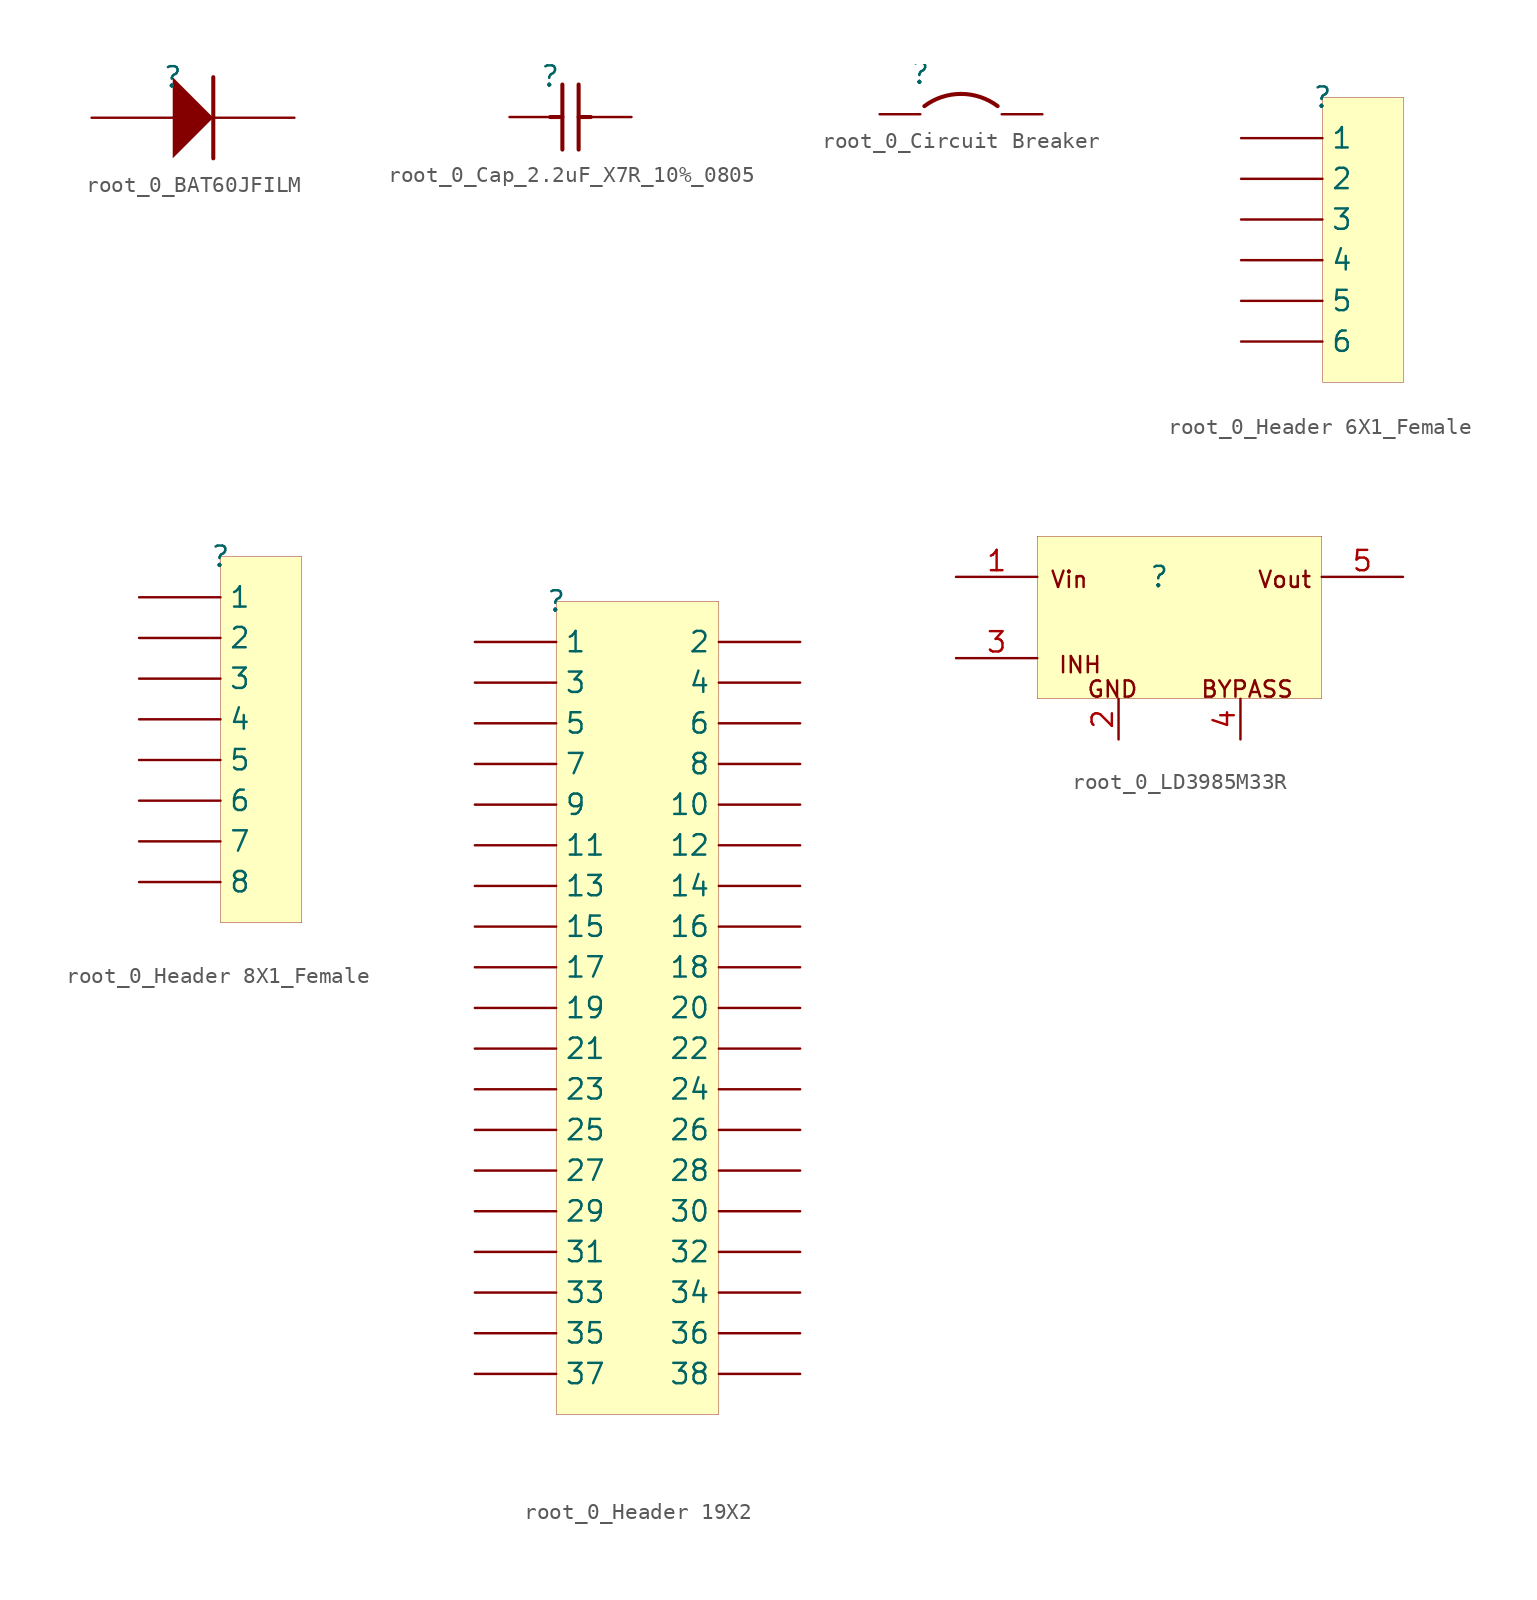
<source format=kicad_sym>
(kicad_symbol_lib
  (version 20231120)
  (generator "kicad_symbol_editor")
  (generator_version "8.0")
  (symbol "root_0_BAT60JFILM"
    (property "Reference" ""
      (at 0 0 0)
      (effects (font (size 1.27 1.27))))
    (property "Value" ""
      (at 0 0 0)
      (effects (font (size 1.27 1.27))))
    (symbol "root_0_BAT60JFILM_1_0"
      (polyline (pts (xy 2.54 0) (xy 2.54 -5.08)) (stroke (width 0.254) (type solid)) (fill (type none)))
      (polyline (pts (xy 0 -5.08) (xy 2.54 -2.54) (xy 0 0) (xy 0 -5.08)) (stroke (width -0.0001) (type solid)) (fill (type outline)))
      (pin passive line (at -5.08 -2.54 0) (length 5.08) (name "A" (effects (font (size 0 0)))) (number "1" (effects (font (size 0 0)))))
      (pin passive line (at 7.62 -2.54 180) (length 5.08) (name "K" (effects (font (size 0 0)))) (number "2" (effects (font (size 0 0)))))))
  (symbol "root_0_Cap_2.2uF_X7R_10%_0805"
    (property "Reference" ""
      (at 0 0 0)
      (effects (font (size 1.27 1.27))))
    (property "Value" ""
      (at 0 0 0)
      (effects (font (size 1.27 1.27))))
    (symbol "root_0_Cap_2.2uF_X7R_10%_0805_1_0"
      (polyline (pts (xy 0 -2.54) (xy 0.762 -2.54)) (stroke (width 0.254) (type solid)) (fill (type none)))
      (polyline (pts (xy 0.762 -4.572) (xy 0.762 -0.508)) (stroke (width 0.254) (type solid)) (fill (type none)))
      (polyline (pts (xy 1.778 -0.508) (xy 1.778 -4.572)) (stroke (width 0.254) (type solid)) (fill (type none)))
      (polyline (pts (xy 2.54 -2.54) (xy 1.778 -2.54)) (stroke (width 0.254) (type solid)) (fill (type none)))
      (pin passive line (at -2.54 -2.54 0) (length 2.54) (name "1" (effects (font (size 0 0)))) (number "1" (effects (font (size 0 0)))))
      (pin passive line (at 5.08 -2.54 180) (length 2.54) (name "2" (effects (font (size 0 0)))) (number "2" (effects (font (size 0 0)))))))
  (symbol "root_0_Circuit Breaker"
    (property "Reference" ""
      (at 0 0 0)
      (effects (font (size 1.27 1.27))))
    (property "Value" ""
      (at 0 0 0)
      (effects (font (size 1.27 1.27))))
    (symbol "root_0_Circuit Breaker_1_0"
      (arc (start 2.54 -1.27) (mid 1.3352 -1.4655) (end 0.254 -2.032) (stroke (width 0.254) (type solid)) (fill (type none)))
      (arc (start 4.826 -2.032) (mid 3.7448 -1.4655) (end 2.54 -1.27) (stroke (width 0.254) (type solid)) (fill (type none)))
      (pin passive line (at -2.54 -2.54 0) (length 2.54) (name "1" (effects (font (size 0 0)))) (number "1" (effects (font (size 0 0)))))
      (pin passive line (at 7.62 -2.54 180) (length 2.54) (name "2" (effects (font (size 0 0)))) (number "2" (effects (font (size 0 0)))))))
  (symbol "root_0_Header 6X1_Female"
    (property "Reference" ""
      (at 0 0 0)
      (effects (font (size 1.27 1.27))))
    (property "Value" ""
      (at 0 0 0)
      (effects (font (size 1.27 1.27))))
    (symbol "root_0_Header 6X1_Female_1_0"
      (rectangle (start 5.08 0) (end 0 -17.78) (stroke (width 0.025) (type solid) (color 128 0 0 1)) (fill (type background)))
      (pin passive line (at -5.08 -2.54 0) (length 5.08) (name "1" (effects (font (size 1.27 1.27)))) (number "1" (effects (font (size 0 0)))))
      (pin passive line (at -5.08 -5.08 0) (length 5.08) (name "2" (effects (font (size 1.27 1.27)))) (number "2" (effects (font (size 0 0)))))
      (pin passive line (at -5.08 -7.62 0) (length 5.08) (name "3" (effects (font (size 1.27 1.27)))) (number "3" (effects (font (size 0 0)))))
      (pin passive line (at -5.08 -10.16 0) (length 5.08) (name "4" (effects (font (size 1.27 1.27)))) (number "4" (effects (font (size 0 0)))))
      (pin passive line (at -5.08 -12.7 0) (length 5.08) (name "5" (effects (font (size 1.27 1.27)))) (number "5" (effects (font (size 0 0)))))
      (pin passive line (at -5.08 -15.24 0) (length 5.08) (name "6" (effects (font (size 1.27 1.27)))) (number "6" (effects (font (size 0 0)))))))
  (symbol "root_0_Header 8X1_Female"
    (property "Reference" ""
      (at 0 0 0)
      (effects (font (size 1.27 1.27))))
    (property "Value" ""
      (at 0 0 0)
      (effects (font (size 1.27 1.27))))
    (symbol "root_0_Header 8X1_Female_1_0"
      (rectangle (start 5.08 0) (end 0 -22.86) (stroke (width 0.025) (type solid) (color 128 0 0 1)) (fill (type background)))
      (pin passive line (at -5.08 -2.54 0) (length 5.08) (name "1" (effects (font (size 1.27 1.27)))) (number "1" (effects (font (size 0 0)))))
      (pin passive line (at -5.08 -5.08 0) (length 5.08) (name "2" (effects (font (size 1.27 1.27)))) (number "2" (effects (font (size 0 0)))))
      (pin passive line (at -5.08 -7.62 0) (length 5.08) (name "3" (effects (font (size 1.27 1.27)))) (number "3" (effects (font (size 0 0)))))
      (pin passive line (at -5.08 -10.16 0) (length 5.08) (name "4" (effects (font (size 1.27 1.27)))) (number "4" (effects (font (size 0 0)))))
      (pin passive line (at -5.08 -12.7 0) (length 5.08) (name "5" (effects (font (size 1.27 1.27)))) (number "5" (effects (font (size 0 0)))))
      (pin passive line (at -5.08 -15.24 0) (length 5.08) (name "6" (effects (font (size 1.27 1.27)))) (number "6" (effects (font (size 0 0)))))
      (pin passive line (at -5.08 -17.78 0) (length 5.08) (name "7" (effects (font (size 1.27 1.27)))) (number "7" (effects (font (size 0 0)))))
      (pin passive line (at -5.08 -20.32 0) (length 5.08) (name "8" (effects (font (size 1.27 1.27)))) (number "8" (effects (font (size 0 0)))))))
  (symbol "root_0_Header 19X2"
    (property "Reference" ""
      (at 0 0 0)
      (effects (font (size 1.27 1.27))))
    (property "Value" ""
      (at 0 0 0)
      (effects (font (size 1.27 1.27))))
    (symbol "root_0_Header 19X2_1_0"
      (rectangle (start 10.16 0) (end 0 -50.8) (stroke (width 0.025) (type solid) (color 128 0 0 1)) (fill (type background)))
      (pin passive line (at -5.08 -2.54 0) (length 5.08) (name "1" (effects (font (size 1.27 1.27)))) (number "1" (effects (font (size 0 0)))))
      (pin passive line (at 15.24 -12.7 180) (length 5.08) (name "10" (effects (font (size 1.27 1.27)))) (number "10" (effects (font (size 0 0)))))
      (pin passive line (at -5.08 -15.24 0) (length 5.08) (name "11" (effects (font (size 1.27 1.27)))) (number "11" (effects (font (size 0 0)))))
      (pin passive line (at 15.24 -15.24 180) (length 5.08) (name "12" (effects (font (size 1.27 1.27)))) (number "12" (effects (font (size 0 0)))))
      (pin passive line (at -5.08 -17.78 0) (length 5.08) (name "13" (effects (font (size 1.27 1.27)))) (number "13" (effects (font (size 0 0)))))
      (pin passive line (at 15.24 -17.78 180) (length 5.08) (name "14" (effects (font (size 1.27 1.27)))) (number "14" (effects (font (size 0 0)))))
      (pin passive line (at -5.08 -20.32 0) (length 5.08) (name "15" (effects (font (size 1.27 1.27)))) (number "15" (effects (font (size 0 0)))))
      (pin passive line (at 15.24 -20.32 180) (length 5.08) (name "16" (effects (font (size 1.27 1.27)))) (number "16" (effects (font (size 0 0)))))
      (pin passive line (at -5.08 -22.86 0) (length 5.08) (name "17" (effects (font (size 1.27 1.27)))) (number "17" (effects (font (size 0 0)))))
      (pin passive line (at 15.24 -22.86 180) (length 5.08) (name "18" (effects (font (size 1.27 1.27)))) (number "18" (effects (font (size 0 0)))))
      (pin passive line (at -5.08 -25.4 0) (length 5.08) (name "19" (effects (font (size 1.27 1.27)))) (number "19" (effects (font (size 0 0)))))
      (pin passive line (at 15.24 -2.54 180) (length 5.08) (name "2" (effects (font (size 1.27 1.27)))) (number "2" (effects (font (size 0 0)))))
      (pin passive line (at 15.24 -25.4 180) (length 5.08) (name "20" (effects (font (size 1.27 1.27)))) (number "20" (effects (font (size 0 0)))))
      (pin passive line (at -5.08 -27.94 0) (length 5.08) (name "21" (effects (font (size 1.27 1.27)))) (number "21" (effects (font (size 0 0)))))
      (pin passive line (at 15.24 -27.94 180) (length 5.08) (name "22" (effects (font (size 1.27 1.27)))) (number "22" (effects (font (size 0 0)))))
      (pin passive line (at -5.08 -30.48 0) (length 5.08) (name "23" (effects (font (size 1.27 1.27)))) (number "23" (effects (font (size 0 0)))))
      (pin passive line (at 15.24 -30.48 180) (length 5.08) (name "24" (effects (font (size 1.27 1.27)))) (number "24" (effects (font (size 0 0)))))
      (pin passive line (at -5.08 -33.02 0) (length 5.08) (name "25" (effects (font (size 1.27 1.27)))) (number "25" (effects (font (size 0 0)))))
      (pin passive line (at 15.24 -33.02 180) (length 5.08) (name "26" (effects (font (size 1.27 1.27)))) (number "26" (effects (font (size 0 0)))))
      (pin passive line (at -5.08 -35.56 0) (length 5.08) (name "27" (effects (font (size 1.27 1.27)))) (number "27" (effects (font (size 0 0)))))
      (pin passive line (at 15.24 -35.56 180) (length 5.08) (name "28" (effects (font (size 1.27 1.27)))) (number "28" (effects (font (size 0 0)))))
      (pin passive line (at -5.08 -38.1 0) (length 5.08) (name "29" (effects (font (size 1.27 1.27)))) (number "29" (effects (font (size 0 0)))))
      (pin passive line (at -5.08 -5.08 0) (length 5.08) (name "3" (effects (font (size 1.27 1.27)))) (number "3" (effects (font (size 0 0)))))
      (pin passive line (at 15.24 -38.1 180) (length 5.08) (name "30" (effects (font (size 1.27 1.27)))) (number "30" (effects (font (size 0 0)))))
      (pin passive line (at -5.08 -40.64 0) (length 5.08) (name "31" (effects (font (size 1.27 1.27)))) (number "31" (effects (font (size 0 0)))))
      (pin passive line (at 15.24 -40.64 180) (length 5.08) (name "32" (effects (font (size 1.27 1.27)))) (number "32" (effects (font (size 0 0)))))
      (pin passive line (at -5.08 -43.18 0) (length 5.08) (name "33" (effects (font (size 1.27 1.27)))) (number "33" (effects (font (size 0 0)))))
      (pin passive line (at 15.24 -43.18 180) (length 5.08) (name "34" (effects (font (size 1.27 1.27)))) (number "34" (effects (font (size 0 0)))))
      (pin passive line (at -5.08 -45.72 0) (length 5.08) (name "35" (effects (font (size 1.27 1.27)))) (number "35" (effects (font (size 0 0)))))
      (pin passive line (at 15.24 -45.72 180) (length 5.08) (name "36" (effects (font (size 1.27 1.27)))) (number "36" (effects (font (size 0 0)))))
      (pin passive line (at -5.08 -48.26 0) (length 5.08) (name "37" (effects (font (size 1.27 1.27)))) (number "37" (effects (font (size 0 0)))))
      (pin passive line (at 15.24 -48.26 180) (length 5.08) (name "38" (effects (font (size 1.27 1.27)))) (number "38" (effects (font (size 0 0)))))
      (pin passive line (at 15.24 -5.08 180) (length 5.08) (name "4" (effects (font (size 1.27 1.27)))) (number "4" (effects (font (size 0 0)))))
      (pin passive line (at -5.08 -7.62 0) (length 5.08) (name "5" (effects (font (size 1.27 1.27)))) (number "5" (effects (font (size 0 0)))))
      (pin passive line (at 15.24 -7.62 180) (length 5.08) (name "6" (effects (font (size 1.27 1.27)))) (number "6" (effects (font (size 0 0)))))
      (pin passive line (at -5.08 -10.16 0) (length 5.08) (name "7" (effects (font (size 1.27 1.27)))) (number "7" (effects (font (size 0 0)))))
      (pin passive line (at 15.24 -10.16 180) (length 5.08) (name "8" (effects (font (size 1.27 1.27)))) (number "8" (effects (font (size 0 0)))))
      (pin passive line (at -5.08 -12.7 0) (length 5.08) (name "9" (effects (font (size 1.27 1.27)))) (number "9" (effects (font (size 0 0)))))))
  (symbol "root_0_LD3985M33R"
    (property "Reference" ""
      (at 0 0 0)
      (effects (font (size 1.27 1.27))))
    (property "Value" ""
      (at 0 0 0)
      (effects (font (size 1.27 1.27))))
    (symbol "root_0_LD3985M33R_1_0"
      (rectangle (start 10.16 2.54) (end -7.62 -7.62) (stroke (width 0.025) (type solid) (color 128 0 0 1)) (fill (type background)))
      (text "BYPASS" (at 2.54 -7.62 0) (effects (font (size 1.016 1.016)) (justify left bottom)))
      (text "GND" (at -4.572 -7.62 0) (effects (font (size 1.016 1.016)) (justify left bottom)))
      (text "INH" (at -6.35 -6.096 0) (effects (font (size 1.016 1.016)) (justify left bottom)))
      (text "Vin" (at -6.858 -0.762 0) (effects (font (size 1.016 1.016)) (justify left bottom)))
      (text "Vout" (at 6.096 -0.762 0) (effects (font (size 1.016 1.016)) (justify left bottom)))
      (pin passive line (at -12.7 0 0) (length 5.08) (name "Vin" (effects (font (size 0 0)))) (number "1" (effects (font (size 1.27 1.27)))))
      (pin passive line (at -2.54 -10.16 90) (length 2.54) (name "GND" (effects (font (size 0 0)))) (number "2" (effects (font (size 1.27 1.27)))))
      (pin passive line (at -12.7 -5.08 0) (length 5.08) (name "CE" (effects (font (size 0 0)))) (number "3" (effects (font (size 1.27 1.27)))))
      (pin passive line (at 5.08 -10.16 90) (length 2.54) (name "BYPASS" (effects (font (size 0 0)))) (number "4" (effects (font (size 1.27 1.27)))))
      (pin passive line (at 15.24 0 180) (length 5.08) (name "Vout" (effects (font (size 0 0)))) (number "5" (effects (font (size 1.27 1.27))))))))
</source>
